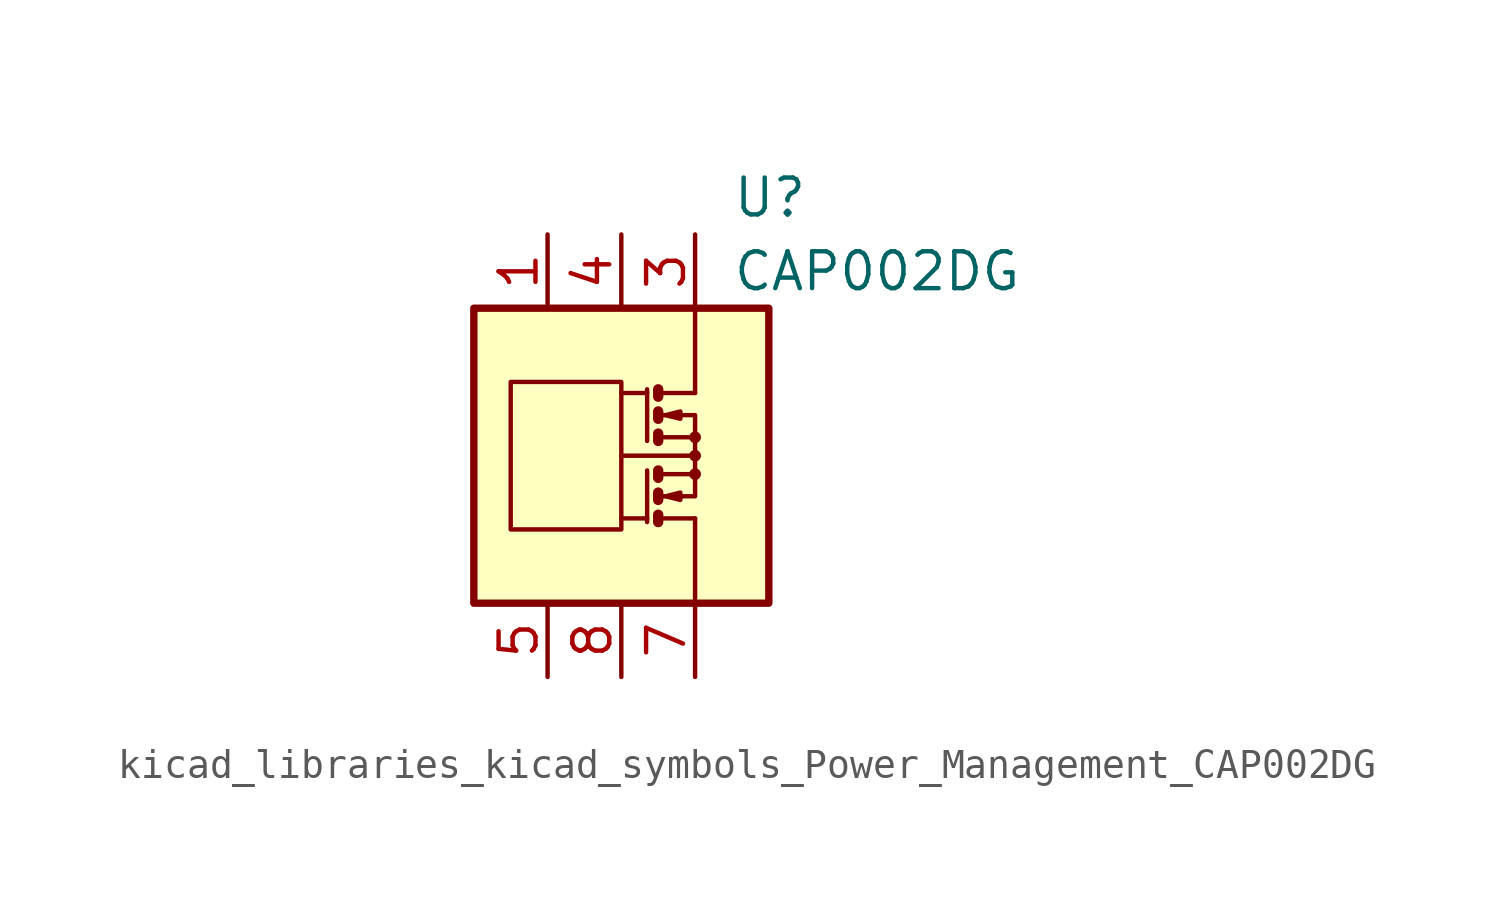
<source format=kicad_sym>
(kicad_symbol_lib
  (version 20220914)
  (generator kicad_symbol_editor)
  (symbol "kicad_libraries_kicad_symbols_Power_Management_CAP002DG"
    (pin_names
      (offset 1.27))
    (property "Reference" "U"
      (at 3.81 8.89 0)
      (effects (font (size 1.27 1.27)) (justify left)))
    (property "Value" "CAP002DG"
      (at 3.81 6.35 0)
      (effects (font (size 1.27 1.27)) (justify left)))
    (symbol "kicad_libraries_kicad_symbols_Power_Management_CAP002DG_0_1"
      (rectangle (start -5.08 5.08) (end 5.08 -5.08) (stroke (width 0.254) (type default)) (fill (type background)))
      (rectangle (start -3.81 2.54) (end 0 -2.54) (stroke (width 0) (type default)) (fill (type none)))
      (polyline (pts (xy 0.889 -2.159) (xy 0 -2.159)) (stroke (width 0) (type default)) (fill (type none)))
      (polyline (pts (xy 0.889 -0.508) (xy 0.889 -2.286)) (stroke (width 0) (type default)) (fill (type none)))
      (polyline (pts (xy 0.889 2.159) (xy 0 2.159)) (stroke (width 0) (type default)) (fill (type none)))
      (polyline (pts (xy 0.889 2.286) (xy 0.889 0.508)) (stroke (width 0) (type default)) (fill (type none)))
      (polyline (pts (xy 1.27 -2.159) (xy 2.54 -2.159)) (stroke (width 0) (type default)) (fill (type none)))
      (polyline (pts (xy 1.27 2.159) (xy 2.54 2.159)) (stroke (width 0) (type default)) (fill (type none)))
      (polyline (pts (xy 2.413 0) (xy 0 0)) (stroke (width 0) (type default)) (fill (type none)))
      (polyline (pts (xy 2.54 -2.159) (xy 2.54 -5.08)) (stroke (width 0) (type default)) (fill (type none)))
      (polyline (pts (xy 1.27 -2.032) (xy 1.27 -2.286) (xy 1.27 -2.286)) (stroke (width 0.356) (type default)) (fill (type none)))
      (polyline (pts (xy 1.27 -1.27) (xy 1.27 -1.524) (xy 1.27 -1.524)) (stroke (width 0.356) (type default)) (fill (type none)))
      (polyline (pts (xy 1.27 0.762) (xy 1.27 0.508) (xy 1.27 0.508)) (stroke (width 0.356) (type default)) (fill (type none)))
      (polyline (pts (xy 1.27 1.524) (xy 1.27 1.27) (xy 1.27 1.27)) (stroke (width 0.356) (type default)) (fill (type none)))
      (polyline (pts (xy 1.27 2.286) (xy 1.27 2.032) (xy 1.27 2.032)) (stroke (width 0.356) (type default)) (fill (type none)))
      (polyline (pts (xy 1.397 -1.397) (xy 2.54 -1.397) (xy 2.54 -0.635)) (stroke (width 0) (type default)) (fill (type none)))
      (polyline (pts (xy 1.397 1.397) (xy 2.54 1.397) (xy 2.54 0.635)) (stroke (width 0) (type default)) (fill (type none)))
      (polyline (pts (xy 2.54 2.159) (xy 2.54 5.08) (xy 2.54 3.175)) (stroke (width 0) (type default)) (fill (type none)))
      (polyline (pts (xy 1.397 -0.635) (xy 2.54 -0.635) (xy 2.54 0.635) (xy 1.397 0.635)) (stroke (width 0) (type default)) (fill (type none)))
      (polyline (pts (xy 1.524 -1.397) (xy 2.032 -1.27) (xy 2.032 -1.524) (xy 1.524 -1.397)) (stroke (width 0) (type default)) (fill (type none)))
      (polyline (pts (xy 1.524 1.397) (xy 2.032 1.524) (xy 2.032 1.27) (xy 1.524 1.397)) (stroke (width 0) (type default)) (fill (type none)))
      (circle (center 2.54 -0.635) (radius 0.127) (stroke (width 0) (type default)) (fill (type none)))
      (circle (center 2.54 0) (radius 0.127) (stroke (width 0) (type default)) (fill (type none)))
      (circle (center 2.54 0.635) (radius 0.127) (stroke (width 0) (type default)) (fill (type none))))
    (symbol "kicad_libraries_kicad_symbols_Power_Management_CAP002DG_1_1"
      (polyline (pts (xy 1.27 -0.508) (xy 1.27 -0.762)) (stroke (width 0.356) (type default)) (fill (type none)))
      (pin passive line (at -2.54 7.62 270) (length 2.54) (name "~" (effects (font (size 1.27 1.27)))) (number "1" (effects (font (size 1.27 1.27)))))
      (pin passive line (at 2.54 7.62 270) (length 2.54) hide (name "~" (effects (font (size 1.27 1.27)))) (number "2" (effects (font (size 1.27 1.27)))))
      (pin passive line (at 2.54 7.62 270) (length 2.54) (name "~" (effects (font (size 1.27 1.27)))) (number "3" (effects (font (size 1.27 1.27)))))
      (pin passive line (at 0 7.62 270) (length 2.54) (name "~" (effects (font (size 1.27 1.27)))) (number "4" (effects (font (size 1.27 1.27)))))
      (pin passive line (at -2.54 -7.62 90) (length 2.54) (name "~" (effects (font (size 1.27 1.27)))) (number "5" (effects (font (size 1.27 1.27)))))
      (pin passive line (at 2.54 -7.62 90) (length 2.54) hide (name "~" (effects (font (size 1.27 1.27)))) (number "6" (effects (font (size 1.27 1.27)))))
      (pin passive line (at 2.54 -7.62 90) (length 2.54) (name "~" (effects (font (size 1.27 1.27)))) (number "7" (effects (font (size 1.27 1.27)))))
      (pin passive line (at 0 -7.62 90) (length 2.54) (name "~" (effects (font (size 1.27 1.27)))) (number "8" (effects (font (size 1.27 1.27))))))))
</source>
